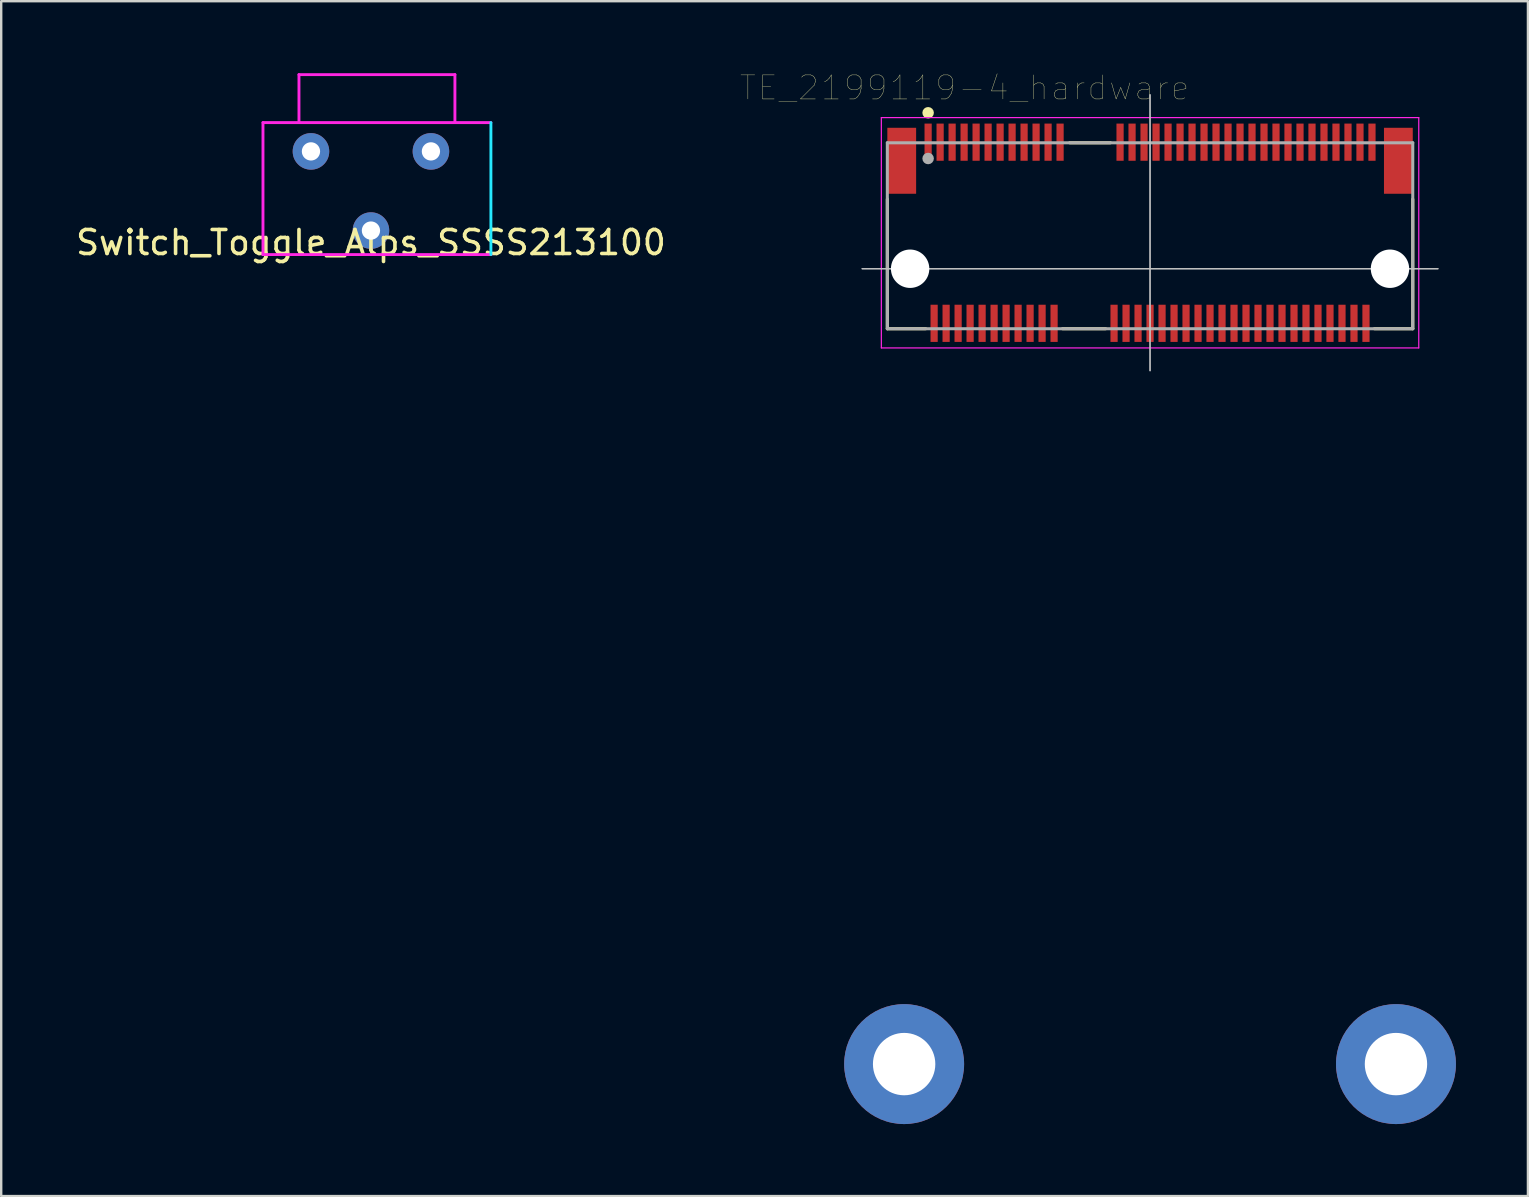
<source format=kicad_pcb>
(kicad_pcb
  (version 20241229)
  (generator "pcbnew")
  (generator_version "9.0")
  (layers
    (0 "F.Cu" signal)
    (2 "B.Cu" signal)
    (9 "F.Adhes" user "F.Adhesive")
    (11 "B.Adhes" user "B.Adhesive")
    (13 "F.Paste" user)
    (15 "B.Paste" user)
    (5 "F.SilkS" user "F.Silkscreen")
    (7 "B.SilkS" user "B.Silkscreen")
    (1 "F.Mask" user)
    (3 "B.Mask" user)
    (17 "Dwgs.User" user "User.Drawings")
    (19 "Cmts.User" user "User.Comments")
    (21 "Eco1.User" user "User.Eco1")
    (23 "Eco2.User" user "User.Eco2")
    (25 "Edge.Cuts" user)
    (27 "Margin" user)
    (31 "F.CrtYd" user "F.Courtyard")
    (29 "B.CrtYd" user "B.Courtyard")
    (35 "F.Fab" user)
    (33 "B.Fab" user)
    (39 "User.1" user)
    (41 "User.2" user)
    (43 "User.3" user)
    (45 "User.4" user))
  (footprint "TE_2199119-4_hardware"
    (layer "F.Cu")
    (at 44.884 8.151)
    (property "Reference" "TE_2199119-4_hardware" (at -7.73 -7.54 180) (layer "F.SilkS") (effects (font (size 1.001 1.001) (thickness 0.015))))
    (attr through_hole)
    (fp_line (start -10.95 -2.9) (end -10.95 2.5) (stroke (width 0.127) (type solid)) (layer "F.SilkS"))
    (fp_line (start -10.95 2.5) (end -9.35 2.5) (stroke (width 0.127) (type solid)) (layer "F.SilkS"))
    (fp_line (start -3.65 2.5) (end -1.85 2.5) (stroke (width 0.127) (type solid)) (layer "F.SilkS"))
    (fp_line (start -3.35 -5.25) (end -1.65 -5.25) (stroke (width 0.127) (type solid)) (layer "F.SilkS"))
    (fp_line (start 9.35 2.5) (end 10.95 2.5) (stroke (width 0.127) (type solid)) (layer "F.SilkS"))
    (fp_line (start 10.95 2.5) (end 10.95 -2.9) (stroke (width 0.127) (type solid)) (layer "F.SilkS"))
    (fp_circle (center -9.25 -6.5) (end -9.13 -6.5) (stroke (width 0.24) (type solid)) (fill no) (layer "F.SilkS"))
    (fp_line (start -12 0) (end 12 0) (stroke (width 0.05) (type solid)) (layer "Dwgs.User"))
    (fp_line (start 0 -7.25) (end 0 4.25) (stroke (width 0.05) (type solid)) (layer "Dwgs.User"))
    (fp_line (start 0 -7.25) (end 0 4.25) (stroke (width 0.05) (type solid)) (layer "Dwgs.User"))
    (fp_line (start 12 0) (end -12 0) (stroke (width 0.05) (type solid)) (layer "Dwgs.User"))
    (fp_line (start -11.2 -6.3) (end 11.2 -6.3) (stroke (width 0.05) (type solid)) (layer "F.CrtYd"))
    (fp_line (start -11.2 3.3) (end -11.2 -6.3) (stroke (width 0.05) (type solid)) (layer "F.CrtYd"))
    (fp_line (start 11.2 -6.3) (end 11.2 3.3) (stroke (width 0.05) (type solid)) (layer "F.CrtYd"))
    (fp_line (start 11.2 3.3) (end -11.2 3.3) (stroke (width 0.05) (type solid)) (layer "F.CrtYd"))
    (fp_line (start -10.95 -5.25) (end 10.95 -5.25) (stroke (width 0.127) (type solid)) (layer "F.Fab"))
    (fp_line (start -10.95 2.5) (end -10.95 -5.25) (stroke (width 0.127) (type solid)) (layer "F.Fab"))
    (fp_line (start 10.95 -5.25) (end 10.95 2.5) (stroke (width 0.127) (type solid)) (layer "F.Fab"))
    (fp_line (start 10.95 2.5) (end -10.95 2.5) (stroke (width 0.127) (type solid)) (layer "F.Fab"))
    (fp_circle (center -9.25 -4.595) (end -9.13 -4.595) (stroke (width 0.24) (type solid)) (fill no) (layer "F.Fab"))
    (pad "" np_thru_hole circle (at -10.25 33.15) (size 5 5) (drill 2.6) (layers "*.Cu" "*.Mask"))
    (pad "" np_thru_hole circle (at -10 0) (size 1.1 1.1) (drill 1.1) (layers "*.Cu" "*.Mask"))
    (pad "" np_thru_hole circle (at -10 0 180) (size 1.6 1.6) (drill 1.6) (layers "*.Cu" "*.Mask"))
    (pad "" np_thru_hole circle (at 10 0 180) (size 1.1 1.1) (drill 1.1) (layers "*.Cu" "*.Mask"))
    (pad "" np_thru_hole circle (at 10 0) (size 1.6 1.6) (drill 1.6) (layers "*.Cu" "*.Mask"))
    (pad "" np_thru_hole circle (at 10.25 33.15) (size 5 5) (drill 2.6) (layers "*.Cu" "*.Mask"))
    (pad "1" smd rect (at -9.25 -5.275) (size 0.3 1.55) (layers "F.Cu" "F.Mask" "F.Paste"))
    (pad "2" smd rect (at -9 2.275) (size 0.3 1.55) (layers "F.Cu" "F.Mask" "F.Paste"))
    (pad "3" smd rect (at -8.75 -5.275) (size 0.3 1.55) (layers "F.Cu" "F.Mask" "F.Paste"))
    (pad "4" smd rect (at -8.5 2.275) (size 0.3 1.55) (layers "F.Cu" "F.Mask" "F.Paste"))
    (pad "5" smd rect (at -8.25 -5.275) (size 0.3 1.55) (layers "F.Cu" "F.Mask" "F.Paste"))
    (pad "6" smd rect (at -8 2.275) (size 0.3 1.55) (layers "F.Cu" "F.Mask" "F.Paste"))
    (pad "7" smd rect (at -7.75 -5.275) (size 0.3 1.55) (layers "F.Cu" "F.Mask" "F.Paste"))
    (pad "8" smd rect (at -7.5 2.275) (size 0.3 1.55) (layers "F.Cu" "F.Mask" "F.Paste"))
    (pad "9" smd rect (at -7.25 -5.275) (size 0.3 1.55) (layers "F.Cu" "F.Mask" "F.Paste"))
    (pad "10" smd rect (at -7 2.275) (size 0.3 1.55) (layers "F.Cu" "F.Mask" "F.Paste"))
    (pad "11" smd rect (at -6.75 -5.275) (size 0.3 1.55) (layers "F.Cu" "F.Mask" "F.Paste"))
    (pad "12" smd rect (at -6.5 2.275) (size 0.3 1.55) (layers "F.Cu" "F.Mask" "F.Paste"))
    (pad "13" smd rect (at -6.25 -5.275) (size 0.3 1.55) (layers "F.Cu" "F.Mask" "F.Paste"))
    (pad "14" smd rect (at -6 2.275) (size 0.3 1.55) (layers "F.Cu" "F.Mask" "F.Paste"))
    (pad "15" smd rect (at -5.75 -5.275) (size 0.3 1.55) (layers "F.Cu" "F.Mask" "F.Paste"))
    (pad "16" smd rect (at -5.5 2.275) (size 0.3 1.55) (layers "F.Cu" "F.Mask" "F.Paste"))
    (pad "17" smd rect (at -5.25 -5.275) (size 0.3 1.55) (layers "F.Cu" "F.Mask" "F.Paste"))
    (pad "18" smd rect (at -5 2.275) (size 0.3 1.55) (layers "F.Cu" "F.Mask" "F.Paste"))
    (pad "19" smd rect (at -4.75 -5.275) (size 0.3 1.55) (layers "F.Cu" "F.Mask" "F.Paste"))
    (pad "20" smd rect (at -4.5 2.275) (size 0.3 1.55) (layers "F.Cu" "F.Mask" "F.Paste"))
    (pad "21" smd rect (at -4.25 -5.275) (size 0.3 1.55) (layers "F.Cu" "F.Mask" "F.Paste"))
    (pad "22" smd rect (at -4 2.275) (size 0.3 1.55) (layers "F.Cu" "F.Mask" "F.Paste"))
    (pad "23" smd rect (at -3.75 -5.275) (size 0.3 1.55) (layers "F.Cu" "F.Mask" "F.Paste"))
    (pad "32" smd rect (at -1.5 2.275) (size 0.3 1.55) (layers "F.Cu" "F.Mask" "F.Paste"))
    (pad "33" smd rect (at -1.25 -5.275) (size 0.3 1.55) (layers "F.Cu" "F.Mask" "F.Paste"))
    (pad "34" smd rect (at -1 2.275) (size 0.3 1.55) (layers "F.Cu" "F.Mask" "F.Paste"))
    (pad "35" smd rect (at -0.75 -5.275) (size 0.3 1.55) (layers "F.Cu" "F.Mask" "F.Paste"))
    (pad "36" smd rect (at -0.5 2.275) (size 0.3 1.55) (layers "F.Cu" "F.Mask" "F.Paste"))
    (pad "37" smd rect (at -0.25 -5.275) (size 0.3 1.55) (layers "F.Cu" "F.Mask" "F.Paste"))
    (pad "38" smd rect (at 0 2.275) (size 0.3 1.55) (layers "F.Cu" "F.Mask" "F.Paste"))
    (pad "39" smd rect (at 0.25 -5.275) (size 0.3 1.55) (layers "F.Cu" "F.Mask" "F.Paste"))
    (pad "40" smd rect (at 0.5 2.275) (size 0.3 1.55) (layers "F.Cu" "F.Mask" "F.Paste"))
    (pad "41" smd rect (at 0.75 -5.275) (size 0.3 1.55) (layers "F.Cu" "F.Mask" "F.Paste"))
    (pad "42" smd rect (at 1 2.275) (size 0.3 1.55) (layers "F.Cu" "F.Mask" "F.Paste"))
    (pad "43" smd rect (at 1.25 -5.275) (size 0.3 1.55) (layers "F.Cu" "F.Mask" "F.Paste"))
    (pad "44" smd rect (at 1.5 2.275) (size 0.3 1.55) (layers "F.Cu" "F.Mask" "F.Paste"))
    (pad "45" smd rect (at 1.75 -5.275) (size 0.3 1.55) (layers "F.Cu" "F.Mask" "F.Paste"))
    (pad "46" smd rect (at 2 2.275) (size 0.3 1.55) (layers "F.Cu" "F.Mask" "F.Paste"))
    (pad "47" smd rect (at 2.25 -5.275) (size 0.3 1.55) (layers "F.Cu" "F.Mask" "F.Paste"))
    (pad "48" smd rect (at 2.5 2.275) (size 0.3 1.55) (layers "F.Cu" "F.Mask" "F.Paste"))
    (pad "49" smd rect (at 2.75 -5.275) (size 0.3 1.55) (layers "F.Cu" "F.Mask" "F.Paste"))
    (pad "50" smd rect (at 3 2.275) (size 0.3 1.55) (layers "F.Cu" "F.Mask" "F.Paste"))
    (pad "51" smd rect (at 3.25 -5.275) (size 0.3 1.55) (layers "F.Cu" "F.Mask" "F.Paste"))
    (pad "52" smd rect (at 3.5 2.275) (size 0.3 1.55) (layers "F.Cu" "F.Mask" "F.Paste"))
    (pad "53" smd rect (at 3.75 -5.275) (size 0.3 1.55) (layers "F.Cu" "F.Mask" "F.Paste"))
    (pad "54" smd rect (at 4 2.275) (size 0.3 1.55) (layers "F.Cu" "F.Mask" "F.Paste"))
    (pad "55" smd rect (at 4.25 -5.275) (size 0.3 1.55) (layers "F.Cu" "F.Mask" "F.Paste"))
    (pad "56" smd rect (at 4.5 2.275) (size 0.3 1.55) (layers "F.Cu" "F.Mask" "F.Paste"))
    (pad "57" smd rect (at 4.75 -5.275) (size 0.3 1.55) (layers "F.Cu" "F.Mask" "F.Paste"))
    (pad "58" smd rect (at 5 2.275) (size 0.3 1.55) (layers "F.Cu" "F.Mask" "F.Paste"))
    (pad "59" smd rect (at 5.25 -5.275) (size 0.3 1.55) (layers "F.Cu" "F.Mask" "F.Paste"))
    (pad "60" smd rect (at 5.5 2.275) (size 0.3 1.55) (layers "F.Cu" "F.Mask" "F.Paste"))
    (pad "61" smd rect (at 5.75 -5.275) (size 0.3 1.55) (layers "F.Cu" "F.Mask" "F.Paste"))
    (pad "62" smd rect (at 6 2.275) (size 0.3 1.55) (layers "F.Cu" "F.Mask" "F.Paste"))
    (pad "63" smd rect (at 6.25 -5.275) (size 0.3 1.55) (layers "F.Cu" "F.Mask" "F.Paste"))
    (pad "64" smd rect (at 6.5 2.275) (size 0.3 1.55) (layers "F.Cu" "F.Mask" "F.Paste"))
    (pad "65" smd rect (at 6.75 -5.275) (size 0.3 1.55) (layers "F.Cu" "F.Mask" "F.Paste"))
    (pad "66" smd rect (at 7 2.275) (size 0.3 1.55) (layers "F.Cu" "F.Mask" "F.Paste"))
    (pad "67" smd rect (at 7.25 -5.275) (size 0.3 1.55) (layers "F.Cu" "F.Mask" "F.Paste"))
    (pad "68" smd rect (at 7.5 2.275) (size 0.3 1.55) (layers "F.Cu" "F.Mask" "F.Paste"))
    (pad "69" smd rect (at 7.75 -5.275) (size 0.3 1.55) (layers "F.Cu" "F.Mask" "F.Paste"))
    (pad "70" smd rect (at 8 2.275) (size 0.3 1.55) (layers "F.Cu" "F.Mask" "F.Paste"))
    (pad "71" smd rect (at 8.25 -5.275) (size 0.3 1.55) (layers "F.Cu" "F.Mask" "F.Paste"))
    (pad "72" smd rect (at 8.5 2.275) (size 0.3 1.55) (layers "F.Cu" "F.Mask" "F.Paste"))
    (pad "73" smd rect (at 8.75 -5.275) (size 0.3 1.55) (layers "F.Cu" "F.Mask" "F.Paste"))
    (pad "74" smd rect (at 9 2.275) (size 0.3 1.55) (layers "F.Cu" "F.Mask" "F.Paste"))
    (pad "75" smd rect (at 9.25 -5.275) (size 0.3 1.55) (layers "F.Cu" "F.Mask" "F.Paste"))
    (pad "SH1" smd rect (at -10.35 -4.5) (size 1.2 2.75) (layers "F.Cu" "F.Mask" "F.Paste"))
    (pad "SH2" smd rect (at 10.35 -4.5) (size 1.2 2.75) (layers "F.Cu" "F.Mask" "F.Paste")))
  (footprint "Switch_Toggle_Alps_SSSS213100"
    (layer "F.Cu")
    (at 12.411 6.56)
    (property "Reference" "Switch_Toggle_Alps_SSSS213100" (at 0 0.5 0) (layer "F.SilkS") (effects (font (size 1 1) (thickness 0.15))))
    (attr through_hole)
    (fp_line (start 5 -4.5) (end 5 1) (stroke (width 0.12) (type solid)) (layer "B.CrtYd"))
    (fp_line (start -4.5 -4.5) (end 5 -4.5) (stroke (width 0.12) (type solid)) (layer "F.CrtYd"))
    (fp_line (start -4.5 1) (end -4.5 -4.5) (stroke (width 0.12) (type solid)) (layer "F.CrtYd"))
    (fp_line (start -3 -6.5) (end -3 -4.5) (stroke (width 0.12) (type solid)) (layer "F.CrtYd"))
    (fp_line (start -3 -6.5) (end 3.5 -6.5) (stroke (width 0.12) (type solid)) (layer "F.CrtYd"))
    (fp_line (start 3.5 -6.5) (end 3.5 -4.5) (stroke (width 0.12) (type solid)) (layer "F.CrtYd"))
    (fp_line (start 5 1) (end -4.5 1) (stroke (width 0.12) (type solid)) (layer "F.CrtYd"))
    (pad "1" thru_hole circle (at -2.5 -3.3) (size 1.524 1.524) (drill 0.762) (layers "*.Cu" "*.Mask"))
    (pad "2" thru_hole circle (at 0 0) (size 1.524 1.524) (drill 0.762) (layers "*.Cu" "*.Mask"))
    (pad "3" thru_hole circle (at 2.5 -3.3) (size 1.524 1.524) (drill 0.762) (layers "*.Cu" "*.Mask")))
  (gr_rect
    (start -3 -3)
    (end 60.634 46.801)
    (stroke (width 0.1) (type default))
    (fill no)
    (layer "Edge.Cuts")))
</source>
